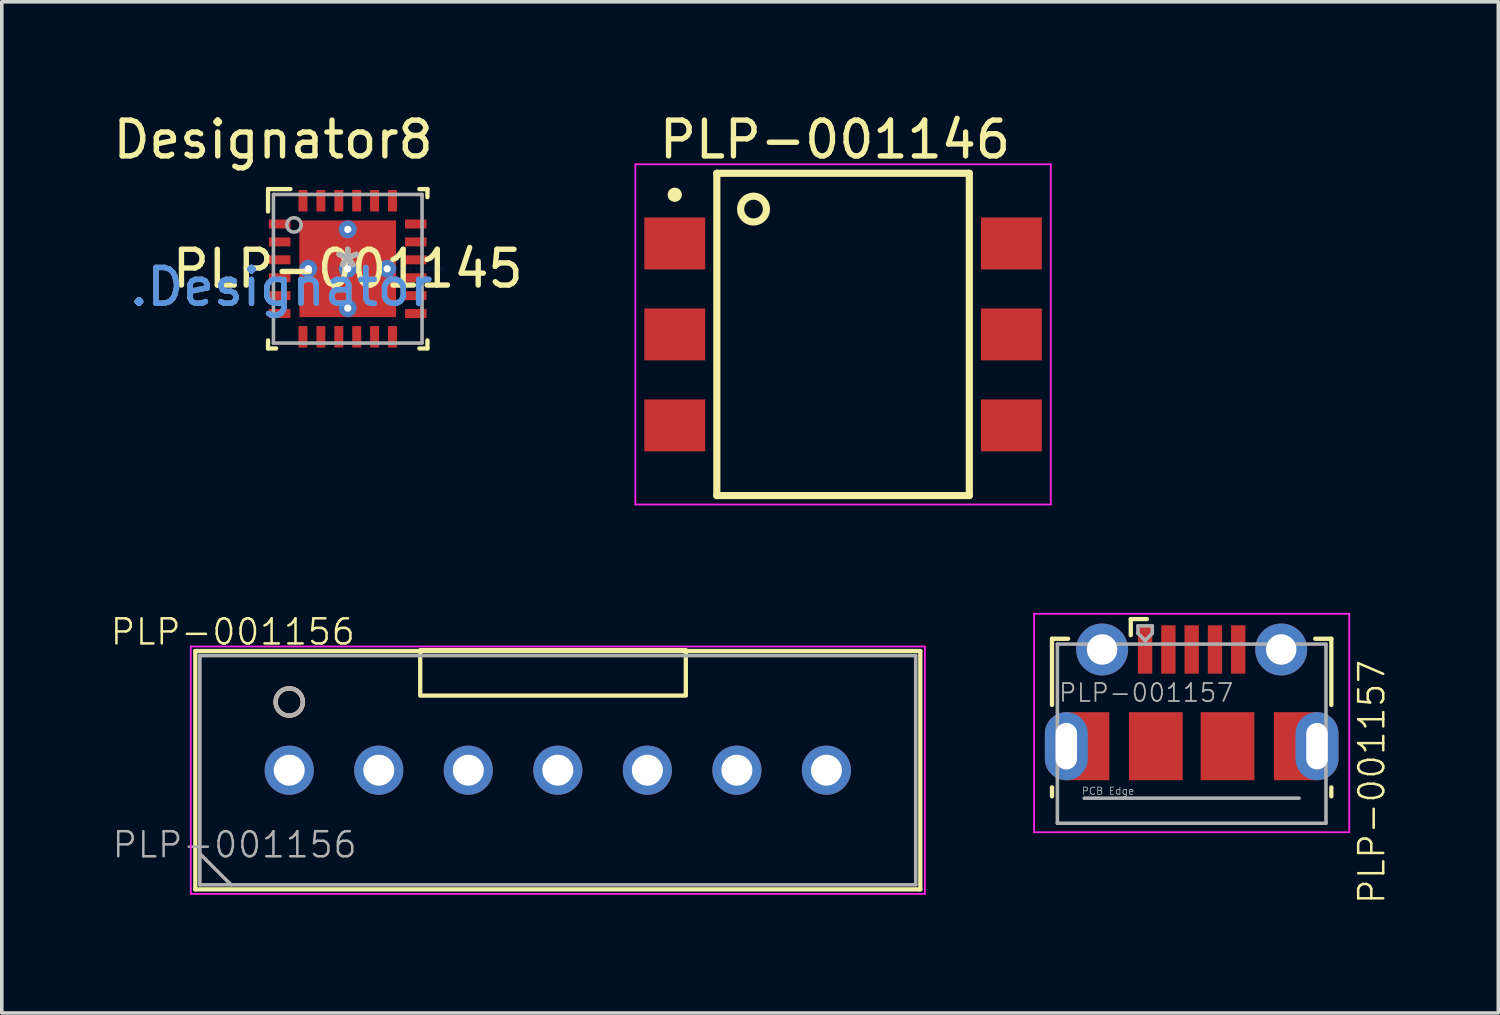
<source format=kicad_pcb>
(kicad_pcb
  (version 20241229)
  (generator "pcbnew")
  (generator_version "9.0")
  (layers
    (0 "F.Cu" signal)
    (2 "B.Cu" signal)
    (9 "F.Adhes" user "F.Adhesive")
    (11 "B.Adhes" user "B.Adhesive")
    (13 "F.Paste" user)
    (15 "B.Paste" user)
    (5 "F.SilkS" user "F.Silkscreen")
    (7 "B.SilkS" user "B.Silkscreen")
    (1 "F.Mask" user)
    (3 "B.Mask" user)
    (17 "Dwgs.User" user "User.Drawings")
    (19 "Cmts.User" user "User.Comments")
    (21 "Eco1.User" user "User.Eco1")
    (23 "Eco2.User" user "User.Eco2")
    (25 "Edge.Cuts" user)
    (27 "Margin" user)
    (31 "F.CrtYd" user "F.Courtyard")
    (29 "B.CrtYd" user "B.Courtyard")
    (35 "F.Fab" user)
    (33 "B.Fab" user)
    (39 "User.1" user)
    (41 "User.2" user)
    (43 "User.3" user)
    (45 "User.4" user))
  (footprint "PLP-001146"
    (layer "F.Cu")
    (at 20.491 6.288)
    (property "Reference" "PLP-001146" (at -0.225 -5.44 0) (layer "F.SilkS") (effects (font (size 1.001 1.001) (thickness 0.15))))
    (attr smd)
    (fp_line (start -3.525 -4.5) (end 3.525 -4.5) (stroke (width 0.2) (type solid)) (layer "F.SilkS"))
    (fp_line (start -3.525 4.5) (end -3.525 -4.5) (stroke (width 0.2) (type solid)) (layer "F.SilkS"))
    (fp_line (start 3.525 -4.5) (end 3.525 4.5) (stroke (width 0.2) (type solid)) (layer "F.SilkS"))
    (fp_line (start 3.525 4.5) (end -3.525 4.5) (stroke (width 0.2) (type solid)) (layer "F.SilkS"))
    (fp_circle (center -4.7 -3.9) (end -4.6 -3.9) (stroke (width 0.2) (type solid)) (fill no) (layer "F.SilkS"))
    (fp_circle (center -2.5 -3.5) (end -2.139 -3.5) (stroke (width 0.2) (type solid)) (fill no) (layer "F.SilkS"))
    (fp_line (start -5.8 -4.75) (end 5.8 -4.75) (stroke (width 0.05) (type solid)) (layer "F.CrtYd"))
    (fp_line (start -5.8 4.75) (end -5.8 -4.75) (stroke (width 0.05) (type solid)) (layer "F.CrtYd"))
    (fp_line (start 5.8 -4.75) (end 5.8 4.75) (stroke (width 0.05) (type solid)) (layer "F.CrtYd"))
    (fp_line (start 5.8 4.75) (end -5.8 4.75) (stroke (width 0.05) (type solid)) (layer "F.CrtYd"))
    (pad "1" smd rect (at -4.7 -2.54) (size 1.7 1.45) (layers "F.Cu" "F.Mask" "F.Paste"))
    (pad "2" smd rect (at -4.7 0) (size 1.7 1.45) (layers "F.Cu" "F.Mask" "F.Paste"))
    (pad "3" smd rect (at -4.7 2.54) (size 1.7 1.45) (layers "F.Cu" "F.Mask" "F.Paste"))
    (pad "4" smd rect (at 4.7 2.54 180) (size 1.7 1.45) (layers "F.Cu" "F.Mask" "F.Paste"))
    (pad "5" smd rect (at 4.7 0 180) (size 1.7 1.45) (layers "F.Cu" "F.Mask" "F.Paste"))
    (pad "6" smd rect (at 4.7 -2.54 180) (size 1.7 1.45) (layers "F.Cu" "F.Mask" "F.Paste")))
  (footprint "PLP-001157"
    (layer "F.Cu")
    (at 30.225 16.548)
    (property "Reference" "PLP-001157" (at 5.029 2.235 90) (layer "F.SilkS") (effects (font (size 0.7 0.7) (thickness 0.07))))
    (attr smd)
    (fp_line (start -3.9 -1.762) (end -3.45 -1.762) (stroke (width 0.12) (type solid)) (layer "F.SilkS"))
    (fp_line (start -3.9 0.087) (end -3.9 -1.762) (stroke (width 0.12) (type solid)) (layer "F.SilkS"))
    (fp_line (start -3.9 2.638) (end -3.9 2.388) (stroke (width 0.12) (type solid)) (layer "F.SilkS"))
    (fp_line (start -1.7 -2.312) (end -1.7 -1.863) (stroke (width 0.12) (type solid)) (layer "F.SilkS"))
    (fp_line (start -1.7 -2.312) (end -1.25 -2.312) (stroke (width 0.12) (type solid)) (layer "F.SilkS"))
    (fp_line (start 3.9 -1.762) (end 3.45 -1.762) (stroke (width 0.12) (type solid)) (layer "F.SilkS"))
    (fp_line (start 3.9 0.087) (end 3.9 -1.762) (stroke (width 0.12) (type solid)) (layer "F.SilkS"))
    (fp_line (start 3.9 2.638) (end 3.9 2.388) (stroke (width 0.12) (type solid)) (layer "F.SilkS"))
    (fp_line (start -4.4 -2.46) (end 4.4 -2.46) (stroke (width 0.05) (type solid)) (layer "F.CrtYd"))
    (fp_line (start -4.4 3.64) (end -4.4 -2.46) (stroke (width 0.05) (type solid)) (layer "F.CrtYd"))
    (fp_line (start -4.4 3.64) (end 4.4 3.64) (stroke (width 0.05) (type solid)) (layer "F.CrtYd"))
    (fp_line (start 4.4 -2.46) (end 4.4 3.64) (stroke (width 0.05) (type solid)) (layer "F.CrtYd"))
    (fp_line (start -3.75 -1.613) (end 3.75 -1.613) (stroke (width 0.1) (type solid)) (layer "F.Fab"))
    (fp_line (start -3.75 3.388) (end -3.75 -1.613) (stroke (width 0.1) (type solid)) (layer "F.Fab"))
    (fp_line (start -3.75 3.389) (end 3.75 3.389) (stroke (width 0.1) (type solid)) (layer "F.Fab"))
    (fp_line (start -3 2.689) (end 3 2.689) (stroke (width 0.1) (type solid)) (layer "F.Fab"))
    (fp_line (start -1.5 -2.123) (end -1.5 -1.913) (stroke (width 0.1) (type solid)) (layer "F.Fab"))
    (fp_line (start -1.5 -2.123) (end -1.1 -2.123) (stroke (width 0.1) (type solid)) (layer "F.Fab"))
    (fp_line (start -1.3 -1.712) (end -1.5 -1.913) (stroke (width 0.1) (type solid)) (layer "F.Fab"))
    (fp_line (start -1.1 -2.123) (end -1.1 -1.913) (stroke (width 0.1) (type solid)) (layer "F.Fab"))
    (fp_line (start -1.1 -1.913) (end -1.3 -1.712) (stroke (width 0.1) (type solid)) (layer "F.Fab"))
    (fp_line (start 3.75 3.388) (end 3.75 -1.613) (stroke (width 0.1) (type solid)) (layer "F.Fab"))
    (fp_text user "PCB Edge" (at -2.337 2.489 0) (layer "Dwgs.User") (effects (font (size 0.2 0.2) (thickness 0.02))))
    (fp_text user "${REFERENCE}" (at -1.27 -0.254 0) (layer "F.Fab") (effects (font (size 0.5 0.5) (thickness 0.05))))
    (pad "1" smd rect (at -1.3 -1.462) (size 0.4 1.35) (layers "F.Cu" "F.Mask" "F.Paste"))
    (pad "2" smd rect (at -0.65 -1.462) (size 0.4 1.35) (layers "F.Cu" "F.Mask" "F.Paste"))
    (pad "3" smd rect (at 0 -1.462) (size 0.4 1.35) (layers "F.Cu" "F.Mask" "F.Paste"))
    (pad "4" smd rect (at 0.65 -1.462) (size 0.4 1.35) (layers "F.Cu" "F.Mask" "F.Paste"))
    (pad "5" smd rect (at 1.3 -1.462) (size 0.4 1.35) (layers "F.Cu" "F.Mask" "F.Paste"))
    (pad "6" thru_hole oval (at -3.5 1.238 180) (size 1.2 1.9) (drill oval 0.6 1.3) (layers "*.Cu" "*.Mask"))
    (pad "6" smd rect (at -2.9 1.238) (size 1.2 1.9) (layers "F.Cu" "F.Mask"))
    (pad "6" thru_hole circle (at -2.5 -1.462) (size 1.45 1.45) (drill 0.85) (layers "*.Cu" "*.Mask"))
    (pad "6" smd rect (at -1 1.238) (size 1.5 1.9) (layers "F.Cu" "F.Mask" "F.Paste"))
    (pad "6" smd rect (at 1 1.238) (size 1.5 1.9) (layers "F.Cu" "F.Mask" "F.Paste"))
    (pad "6" thru_hole circle (at 2.5 -1.462) (size 1.45 1.45) (drill 0.85) (layers "*.Cu" "*.Mask"))
    (pad "6" smd rect (at 2.9 1.238) (size 1.2 1.9) (layers "F.Cu" "F.Mask"))
    (pad "6" thru_hole oval (at 3.5 1.238) (size 1.2 1.9) (drill oval 0.6 1.3) (layers "*.Cu" "*.Mask")))
  (footprint "PLP-001156"
    (layer "F.Cu")
    (at 5.026 18.456)
    (property "Reference" "PLP-001156" (at -1.575 -3.861 0) (layer "F.SilkS") (effects (font (size 0.7 0.7) (thickness 0.07))))
    (attr through_hole)
    (fp_line (start -2.622 -3.327) (end -2.622 3.328) (stroke (width 0.12) (type solid)) (layer "F.SilkS"))
    (fp_line (start -2.622 3.328) (end 17.622 3.328) (stroke (width 0.12) (type solid)) (layer "F.SilkS"))
    (fp_line (start 17.622 -3.327) (end -2.622 -3.327) (stroke (width 0.12) (type solid)) (layer "F.SilkS"))
    (fp_line (start 17.622 3.328) (end 17.622 -3.327) (stroke (width 0.12) (type solid)) (layer "F.SilkS"))
    (fp_rect (start 3.658 -3.353) (end 11.074 -2.083) (stroke (width 0.12) (type solid)) (fill no) (layer "F.SilkS"))
    (fp_circle (center 0 -1.905) (end 0.381 -1.905) (stroke (width 0.12) (type solid)) (fill no) (layer "F.SilkS"))
    (fp_circle (center 0 -1.905) (end 0.381 -1.905) (stroke (width 0.12) (type solid)) (fill no) (layer "B.SilkS"))
    (fp_line (start -2.749 -3.454) (end -2.749 3.455) (stroke (width 0.05) (type solid)) (layer "F.CrtYd"))
    (fp_line (start -2.749 3.455) (end 17.749 3.455) (stroke (width 0.05) (type solid)) (layer "F.CrtYd"))
    (fp_line (start 17.749 -3.454) (end -2.749 -3.454) (stroke (width 0.05) (type solid)) (layer "F.CrtYd"))
    (fp_line (start 17.749 3.455) (end 17.749 -3.454) (stroke (width 0.05) (type solid)) (layer "F.CrtYd"))
    (fp_line (start -2.495 -3.2) (end -2.495 3.201) (stroke (width 0.1) (type solid)) (layer "F.Fab"))
    (fp_line (start -2.495 3.201) (end 17.495 3.201) (stroke (width 0.1) (type solid)) (layer "F.Fab"))
    (fp_line (start -2.489 2.337) (end -1.626 3.2) (stroke (width 0.1) (type solid)) (layer "F.Fab"))
    (fp_line (start 17.495 -3.2) (end -2.495 -3.2) (stroke (width 0.1) (type solid)) (layer "F.Fab"))
    (fp_line (start 17.495 3.201) (end 17.495 -3.2) (stroke (width 0.1) (type solid)) (layer "F.Fab"))
    (fp_circle (center 0 -1.905) (end 0.381 -1.905) (stroke (width 0.1) (type solid)) (fill no) (layer "F.Fab"))
    (fp_text user "${REFERENCE}" (at -1.524 2.083 0) (layer "F.Fab") (effects (font (size 0.7 0.7) (thickness 0.07))))
    (pad "1" thru_hole circle (at 0 0) (size 1.372 1.372) (drill 0.864) (layers "*.Cu" "*.Mask"))
    (pad "2" thru_hole circle (at 2.5 0) (size 1.372 1.372) (drill 0.864) (layers "*.Cu" "*.Mask"))
    (pad "3" thru_hole circle (at 5 0) (size 1.372 1.372) (drill 0.864) (layers "*.Cu" "*.Mask"))
    (pad "4" thru_hole circle (at 7.5 0) (size 1.372 1.372) (drill 0.864) (layers "*.Cu" "*.Mask"))
    (pad "5" thru_hole circle (at 10 0) (size 1.372 1.372) (drill 0.864) (layers "*.Cu" "*.Mask"))
    (pad "6" thru_hole circle (at 12.5 0) (size 1.372 1.372) (drill 0.864) (layers "*.Cu" "*.Mask"))
    (pad "7" thru_hole circle (at 15 0) (size 1.372 1.372) (drill 0.864) (layers "*.Cu" "*.Mask")))
  (footprint "PLP-001145"
    (layer "F.Cu")
    (at 6.66 4.455)
    (property "Reference" "PLP-001145" (at 0 0 0) (layer "F.SilkS") (effects (font (size 1 1) (thickness 0.15))))
    (attr through_hole)
    (fp_line (start -2.225 -2.225) (end -1.6 -2.225) (stroke (width 0.12) (type solid)) (layer "F.SilkS"))
    (fp_line (start -2.225 -1.6) (end -2.225 -2.225) (stroke (width 0.12) (type solid)) (layer "F.SilkS"))
    (fp_line (start -2.225 2.225) (end -2.225 2) (stroke (width 0.12) (type solid)) (layer "F.SilkS"))
    (fp_line (start -2.225 2.225) (end -2 2.225) (stroke (width 0.12) (type solid)) (layer "F.SilkS"))
    (fp_line (start 2 -2.225) (end 2.225 -2.225) (stroke (width 0.12) (type solid)) (layer "F.SilkS"))
    (fp_line (start 2 2.225) (end 2.225 2.225) (stroke (width 0.12) (type solid)) (layer "F.SilkS"))
    (fp_line (start 2.225 -2) (end 2.225 -2.225) (stroke (width 0.12) (type solid)) (layer "F.SilkS"))
    (fp_line (start 2.225 2.225) (end 2.225 2) (stroke (width 0.12) (type solid)) (layer "F.SilkS"))
    (fp_poly (pts (xy -0.1 -1.288) (xy -1.288 -1.288) (xy -1.288 -0.1) (xy -0.1 -0.1)) (stroke (width 0.1) (type solid)) (fill yes) (layer "F.Paste"))
    (fp_poly (pts (xy -0.1 0.1) (xy -1.288 0.1) (xy -1.288 1.288) (xy -0.1 1.288)) (stroke (width 0.1) (type solid)) (fill yes) (layer "F.Paste"))
    (fp_poly (pts (xy 0.1 -0.1) (xy 1.288 -0.1) (xy 1.288 -1.288) (xy 0.1 -1.288)) (stroke (width 0.1) (type solid)) (fill yes) (layer "F.Paste"))
    (fp_poly (pts (xy 0.1 1.288) (xy 1.288 1.288) (xy 1.288 0.1) (xy 0.1 0.1)) (stroke (width 0.1) (type solid)) (fill yes) (layer "F.Paste"))
    (fp_line (start -2.075 -2.075) (end 2.075 -2.075) (stroke (width 0.1) (type solid)) (layer "F.Fab"))
    (fp_line (start -2.075 2.075) (end -2.075 -2.075) (stroke (width 0.1) (type solid)) (layer "F.Fab"))
    (fp_line (start -2.075 2.075) (end 2.075 2.075) (stroke (width 0.1) (type solid)) (layer "F.Fab"))
    (fp_line (start 2.075 2.075) (end 2.075 -2.075) (stroke (width 0.1) (type solid)) (layer "F.Fab"))
    (fp_circle (center -1.5 -1.225) (end -1.3 -1.225) (stroke (width 0.1) (type solid)) (fill no) (layer "F.Fab"))
    (fp_text user "Designator8" (at -2.083 -3.607 0) (layer "F.SilkS") (effects (font (size 1 1) (thickness 0.15))))
    (fp_text user "*" (at 0 0 0) (layer "F.SilkS") (effects (font (size 1 1) (thickness 0.15))))
    (fp_text user "Copyright 2021 Accelerated Designs. All rights reserved." (at 0 0 0) (layer "Cmts.User") (effects (font (size 0.127 0.127) (thickness 0.002))))
    (fp_text user ".Designator" (at -1.854 0.508 0) (layer "Cmts.User") (effects (font (size 1 1) (thickness 0.15))))
    (fp_text user ".Designator" (at -1.854 0.508 0) (layer "F.Fab") (effects (font (size 1 1) (thickness 0.15))))
    (fp_text user "*" (at 0 0 0) (layer "F.Fab") (effects (font (size 1 1) (thickness 0.15))))
    (pad "1" smd rect (at -1.9 -1.25 90) (size 0.25 0.6) (layers "F.Cu" "F.Mask" "F.Paste"))
    (pad "2" smd rect (at -1.9 -0.75 90) (size 0.25 0.6) (layers "F.Cu" "F.Mask" "F.Paste"))
    (pad "3" smd rect (at -1.9 -0.25 90) (size 0.25 0.6) (layers "F.Cu" "F.Mask" "F.Paste"))
    (pad "4" smd rect (at -1.9 0.25 90) (size 0.25 0.6) (layers "F.Cu" "F.Mask" "F.Paste"))
    (pad "5" smd rect (at -1.9 0.75 90) (size 0.25 0.6) (layers "F.Cu" "F.Mask" "F.Paste"))
    (pad "6" smd rect (at -1.9 1.25 90) (size 0.25 0.6) (layers "F.Cu" "F.Mask" "F.Paste"))
    (pad "7" smd rect (at -1.25 1.9) (size 0.25 0.6) (layers "F.Cu" "F.Mask" "F.Paste"))
    (pad "8" smd rect (at -0.75 1.9) (size 0.25 0.6) (layers "F.Cu" "F.Mask" "F.Paste"))
    (pad "9" smd rect (at -0.25 1.9) (size 0.25 0.6) (layers "F.Cu" "F.Mask" "F.Paste"))
    (pad "10" smd rect (at 0.25 1.9) (size 0.25 0.6) (layers "F.Cu" "F.Mask" "F.Paste"))
    (pad "11" smd rect (at 0.75 1.9) (size 0.25 0.6) (layers "F.Cu" "F.Mask" "F.Paste"))
    (pad "12" smd rect (at 1.25 1.9) (size 0.25 0.6) (layers "F.Cu" "F.Mask" "F.Paste"))
    (pad "13" smd rect (at 1.9 1.25 90) (size 0.25 0.6) (layers "F.Cu" "F.Mask" "F.Paste"))
    (pad "14" smd rect (at 1.9 0.75 90) (size 0.25 0.6) (layers "F.Cu" "F.Mask" "F.Paste"))
    (pad "15" smd rect (at 1.9 0.25 90) (size 0.25 0.6) (layers "F.Cu" "F.Mask" "F.Paste"))
    (pad "16" smd rect (at 1.9 -0.25 90) (size 0.25 0.6) (layers "F.Cu" "F.Mask" "F.Paste"))
    (pad "17" smd rect (at 1.9 -0.75 90) (size 0.25 0.6) (layers "F.Cu" "F.Mask" "F.Paste"))
    (pad "18" smd rect (at 1.9 -1.25 90) (size 0.25 0.6) (layers "F.Cu" "F.Mask" "F.Paste"))
    (pad "19" smd rect (at 1.25 -1.9) (size 0.25 0.6) (layers "F.Cu" "F.Mask" "F.Paste"))
    (pad "20" smd rect (at 0.75 -1.9) (size 0.25 0.6) (layers "F.Cu" "F.Mask" "F.Paste"))
    (pad "21" smd rect (at 0.25 -1.9) (size 0.25 0.6) (layers "F.Cu" "F.Mask" "F.Paste"))
    (pad "22" smd rect (at -0.25 -1.9) (size 0.25 0.6) (layers "F.Cu" "F.Mask" "F.Paste"))
    (pad "23" smd rect (at -0.75 -1.9) (size 0.25 0.6) (layers "F.Cu" "F.Mask" "F.Paste"))
    (pad "24" smd rect (at -1.25 -1.9) (size 0.25 0.6) (layers "F.Cu" "F.Mask" "F.Paste"))
    (pad "25" smd rect (at 0 0) (size 2.7 2.7) (layers "F.Cu" "F.Mask"))
    (pad "V" thru_hole circle (at -1.1 0) (size 0.5 0.5) (drill 0.203) (layers "*.Cu" "*.Mask"))
    (pad "V" thru_hole circle (at 0 -1.1) (size 0.5 0.5) (drill 0.203) (layers "*.Cu" "*.Mask"))
    (pad "V" thru_hole circle (at 0 0) (size 0.5 0.5) (drill 0.203) (layers "*.Cu" "*.Mask"))
    (pad "V" thru_hole circle (at 0 1.1) (size 0.5 0.5) (drill 0.203) (layers "*.Cu" "*.Mask"))
    (pad "V" thru_hole circle (at 1.1 0) (size 0.5 0.5) (drill 0.203) (layers "*.Cu" "*.Mask")))
  (gr_rect
    (start -3 -3)
    (end 38.787 25.235)
    (stroke (width 0.1) (type default))
    (fill no)
    (layer "Edge.Cuts")))
</source>
